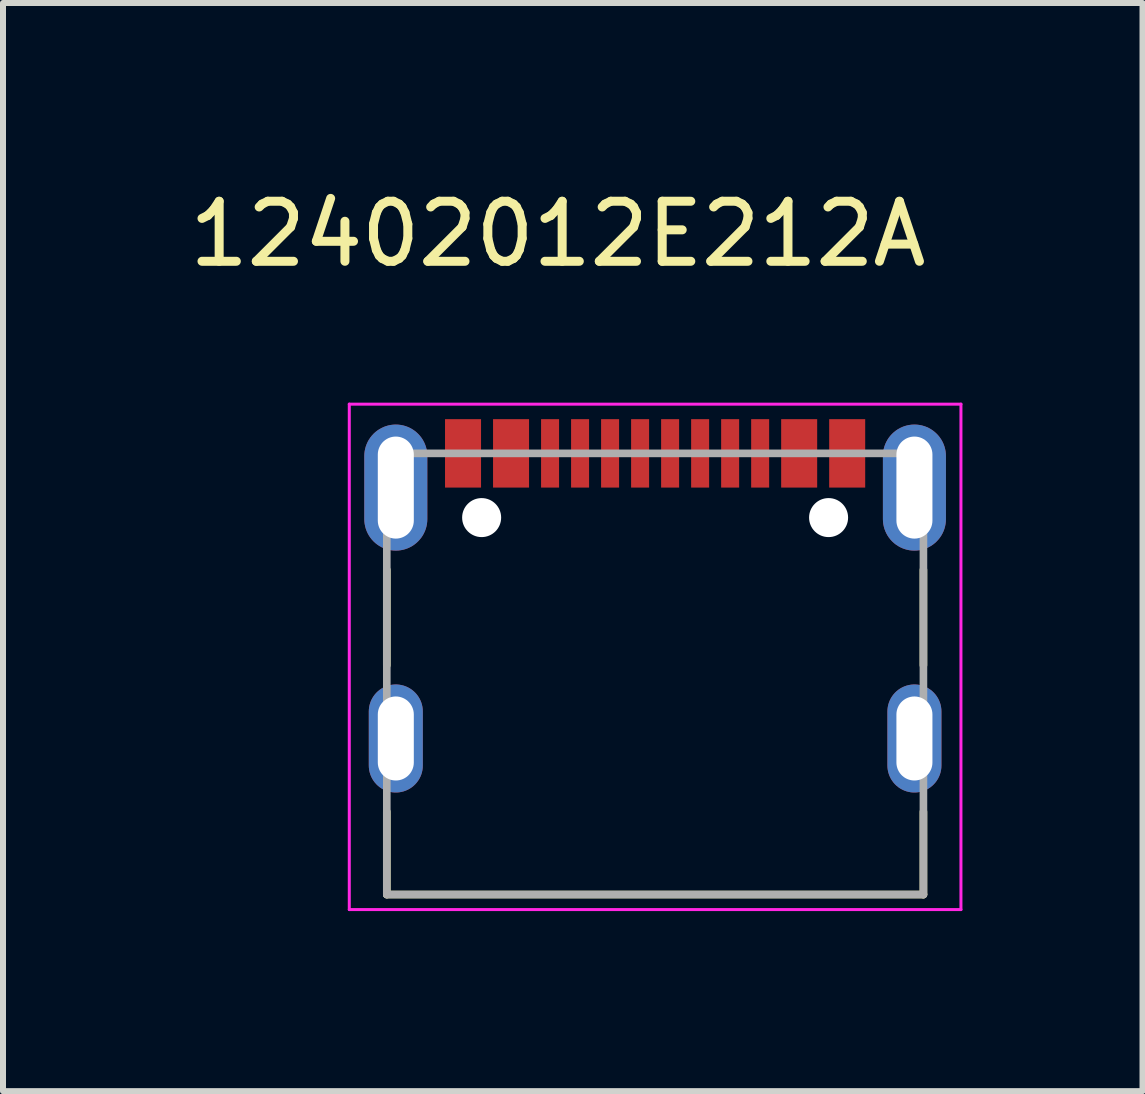
<source format=kicad_pcb>
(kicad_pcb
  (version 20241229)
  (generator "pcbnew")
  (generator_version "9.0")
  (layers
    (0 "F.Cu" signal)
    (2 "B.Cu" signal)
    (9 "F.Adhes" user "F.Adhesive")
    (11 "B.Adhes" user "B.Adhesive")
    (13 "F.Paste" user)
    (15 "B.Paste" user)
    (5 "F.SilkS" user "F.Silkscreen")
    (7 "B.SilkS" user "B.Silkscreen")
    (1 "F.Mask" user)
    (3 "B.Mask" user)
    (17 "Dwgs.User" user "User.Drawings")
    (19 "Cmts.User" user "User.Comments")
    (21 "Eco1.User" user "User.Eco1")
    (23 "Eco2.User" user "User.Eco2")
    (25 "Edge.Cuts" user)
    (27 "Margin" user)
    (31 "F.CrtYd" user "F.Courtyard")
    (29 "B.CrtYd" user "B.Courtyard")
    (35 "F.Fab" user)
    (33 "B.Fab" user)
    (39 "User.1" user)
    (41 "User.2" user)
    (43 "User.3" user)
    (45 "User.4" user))
  (footprint "12402012E212A"
    (layer "F.Cu")
    (at 7.864 9.253)
    (property "Reference" "12402012E212A" (at -1.62 -8.405 0) (layer "F.SilkS") (effects (font (size 1 1) (thickness 0.15))))
    (attr smd)
    (fp_line (start -4.47 -2.81) (end -4.47 -1.22) (stroke (width 0.127) (type solid)) (layer "F.SilkS"))
    (fp_line (start -4.47 2.6) (end -4.47 1.22) (stroke (width 0.127) (type solid)) (layer "F.SilkS"))
    (fp_line (start 4.47 -2.81) (end 4.47 -1.22) (stroke (width 0.127) (type solid)) (layer "F.SilkS"))
    (fp_line (start 4.47 2.6) (end -4.47 2.6) (stroke (width 0.127) (type solid)) (layer "F.SilkS"))
    (fp_line (start 4.47 2.6) (end 4.47 1.22) (stroke (width 0.127) (type solid)) (layer "F.SilkS"))
    (fp_line (start -5.095 -5.57) (end -5.095 2.85) (stroke (width 0.05) (type solid)) (layer "F.CrtYd"))
    (fp_line (start -5.095 2.85) (end 5.095 2.85) (stroke (width 0.05) (type solid)) (layer "F.CrtYd"))
    (fp_line (start 5.095 -5.57) (end -5.095 -5.57) (stroke (width 0.05) (type solid)) (layer "F.CrtYd"))
    (fp_line (start 5.095 2.85) (end 5.095 -5.57) (stroke (width 0.05) (type solid)) (layer "F.CrtYd"))
    (fp_line (start -4.47 -4.75) (end 4.47 -4.75) (stroke (width 0.127) (type solid)) (layer "F.Fab"))
    (fp_line (start -4.47 2.6) (end -4.47 -4.75) (stroke (width 0.127) (type solid)) (layer "F.Fab"))
    (fp_line (start 4.47 -4.75) (end 4.47 2.6) (stroke (width 0.127) (type solid)) (layer "F.Fab"))
    (fp_line (start 4.47 2.6) (end -4.47 2.6) (stroke (width 0.127) (type solid)) (layer "F.Fab"))
    (pad "" np_thru_hole circle (at -2.89 -3.68) (size 0.65 0.65) (drill 0.65) (layers "*.Cu" "*.Mask"))
    (pad "" np_thru_hole circle (at 2.89 -3.68) (size 0.65 0.65) (drill 0.65) (layers "*.Cu" "*.Mask"))
    (pad "A1_B12" smd rect (at -3.2 -4.75) (size 0.6 1.14) (layers "F.Cu" "F.Mask" "F.Paste"))
    (pad "A4_B9" smd rect (at -2.4 -4.75) (size 0.6 1.14) (layers "F.Cu" "F.Mask" "F.Paste"))
    (pad "A5" smd rect (at -1.25 -4.75) (size 0.3 1.14) (layers "F.Cu" "F.Mask" "F.Paste"))
    (pad "A6" smd rect (at -0.25 -4.75) (size 0.3 1.14) (layers "F.Cu" "F.Mask" "F.Paste"))
    (pad "A7" smd rect (at 0.25 -4.75) (size 0.3 1.14) (layers "F.Cu" "F.Mask" "F.Paste"))
    (pad "A8" smd rect (at 1.25 -4.75) (size 0.3 1.14) (layers "F.Cu" "F.Mask" "F.Paste"))
    (pad "B1_A12" smd rect (at 3.2 -4.75) (size 0.6 1.14) (layers "F.Cu" "F.Mask" "F.Paste"))
    (pad "B4_A9" smd rect (at 2.4 -4.75) (size 0.6 1.14) (layers "F.Cu" "F.Mask" "F.Paste"))
    (pad "B5" smd rect (at 1.75 -4.75) (size 0.3 1.14) (layers "F.Cu" "F.Mask" "F.Paste"))
    (pad "B6" smd rect (at 0.75 -4.75) (size 0.3 1.14) (layers "F.Cu" "F.Mask" "F.Paste"))
    (pad "B7" smd rect (at -0.75 -4.75) (size 0.3 1.14) (layers "F.Cu" "F.Mask" "F.Paste"))
    (pad "B8" smd rect (at -1.75 -4.75) (size 0.3 1.14) (layers "F.Cu" "F.Mask" "F.Paste"))
    (pad "SH1" thru_hole oval (at -4.32 -4.18) (size 1.05 2.1) (drill oval 0.6 1.7) (layers "*.Cu" "*.Mask"))
    (pad "SH2" thru_hole oval (at 4.32 -4.18) (size 1.05 2.1) (drill oval 0.6 1.7) (layers "*.Cu" "*.Mask"))
    (pad "SH3" thru_hole oval (at -4.32 0) (size 0.9 1.8) (drill oval 0.6 1.4) (layers "*.Cu" "*.Mask"))
    (pad "SH4" thru_hole oval (at 4.32 0) (size 0.9 1.8) (drill oval 0.6 1.4) (layers "*.Cu" "*.Mask")))
  (gr_rect
    (start -3 -3)
    (end 15.984 15.128)
    (stroke (width 0.1) (type default))
    (fill no)
    (layer "Edge.Cuts")))
</source>
